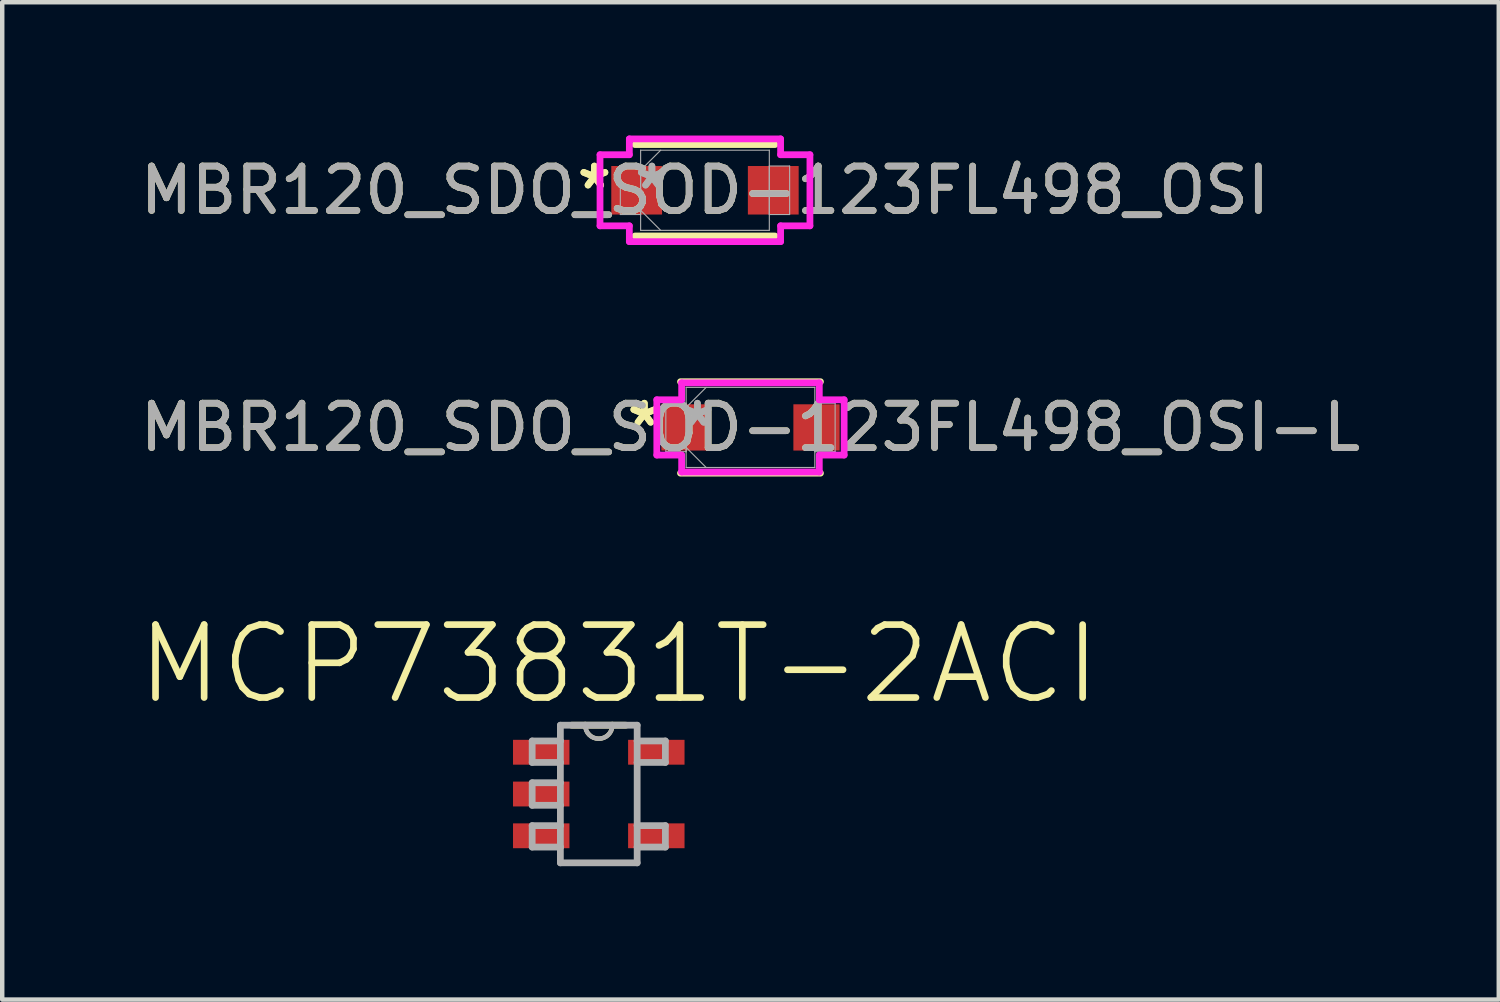
<source format=kicad_pcb>
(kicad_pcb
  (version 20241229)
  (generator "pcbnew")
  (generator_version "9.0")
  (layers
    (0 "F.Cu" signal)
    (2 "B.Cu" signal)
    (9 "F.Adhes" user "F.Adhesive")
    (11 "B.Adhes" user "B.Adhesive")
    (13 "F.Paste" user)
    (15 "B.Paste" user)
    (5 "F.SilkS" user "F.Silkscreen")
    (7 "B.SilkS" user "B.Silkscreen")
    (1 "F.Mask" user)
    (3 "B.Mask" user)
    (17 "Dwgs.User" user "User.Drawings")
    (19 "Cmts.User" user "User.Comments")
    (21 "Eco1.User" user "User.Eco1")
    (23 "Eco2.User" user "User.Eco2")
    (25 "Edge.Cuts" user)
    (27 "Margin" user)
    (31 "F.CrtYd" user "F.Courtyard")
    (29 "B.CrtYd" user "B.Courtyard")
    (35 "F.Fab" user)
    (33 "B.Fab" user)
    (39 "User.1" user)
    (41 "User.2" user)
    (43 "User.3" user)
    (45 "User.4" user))
  (footprint "MBR120_SDO_SOD-123FL498_OSI"
    (layer "F.Cu")
    (at 12.815 1.232)
    (property "Reference" "MBR120_SDO_SOD-123FL498_OSI" (at 0 0 0) (unlocked yes) (layer "F.SilkS") (effects (font (size 1 1) (thickness 0.15))))
    (attr smd)
    (fp_line (start -1.575 1.029) (end 1.575 1.029) (stroke (width 0.152) (type solid)) (layer "F.SilkS"))
    (fp_line (start 1.575 -1.029) (end -1.575 -1.029) (stroke (width 0.152) (type solid)) (layer "F.SilkS"))
    (fp_line (start -2.362 -0.8) (end -1.702 -0.8) (stroke (width 0.152) (type solid)) (layer "F.CrtYd"))
    (fp_line (start -2.362 0.8) (end -2.362 -0.8) (stroke (width 0.152) (type solid)) (layer "F.CrtYd"))
    (fp_line (start -1.702 -1.156) (end 1.702 -1.156) (stroke (width 0.152) (type solid)) (layer "F.CrtYd"))
    (fp_line (start -1.702 -0.8) (end -1.702 -1.156) (stroke (width 0.152) (type solid)) (layer "F.CrtYd"))
    (fp_line (start -1.702 0.8) (end -2.362 0.8) (stroke (width 0.152) (type solid)) (layer "F.CrtYd"))
    (fp_line (start -1.702 1.156) (end -1.702 0.8) (stroke (width 0.152) (type solid)) (layer "F.CrtYd"))
    (fp_line (start 1.702 -1.156) (end 1.702 -0.8) (stroke (width 0.152) (type solid)) (layer "F.CrtYd"))
    (fp_line (start 1.702 -0.8) (end 2.362 -0.8) (stroke (width 0.152) (type solid)) (layer "F.CrtYd"))
    (fp_line (start 1.702 0.8) (end 1.702 1.156) (stroke (width 0.152) (type solid)) (layer "F.CrtYd"))
    (fp_line (start 1.702 1.156) (end -1.702 1.156) (stroke (width 0.152) (type solid)) (layer "F.CrtYd"))
    (fp_line (start 2.362 -0.8) (end 2.362 0.8) (stroke (width 0.152) (type solid)) (layer "F.CrtYd"))
    (fp_line (start 2.362 0.8) (end 1.702 0.8) (stroke (width 0.152) (type solid)) (layer "F.CrtYd"))
    (fp_line (start -1.905 -0.546) (end -1.905 0.546) (stroke (width 0.025) (type solid)) (layer "F.Fab"))
    (fp_line (start -1.905 0.546) (end -1.448 0.546) (stroke (width 0.025) (type solid)) (layer "F.Fab"))
    (fp_line (start -1.448 -0.902) (end -1.448 0.902) (stroke (width 0.025) (type solid)) (layer "F.Fab"))
    (fp_line (start -1.448 -0.546) (end -1.905 -0.546) (stroke (width 0.025) (type solid)) (layer "F.Fab"))
    (fp_line (start -1.448 -0.451) (end -0.997 -0.902) (stroke (width 0.025) (type solid)) (layer "F.Fab"))
    (fp_line (start -1.448 0.451) (end -0.997 0.902) (stroke (width 0.025) (type solid)) (layer "F.Fab"))
    (fp_line (start -1.448 0.546) (end -1.448 -0.546) (stroke (width 0.025) (type solid)) (layer "F.Fab"))
    (fp_line (start -1.448 0.902) (end 1.448 0.902) (stroke (width 0.025) (type solid)) (layer "F.Fab"))
    (fp_line (start 1.448 -0.902) (end -1.448 -0.902) (stroke (width 0.025) (type solid)) (layer "F.Fab"))
    (fp_line (start 1.448 -0.546) (end 1.448 0.546) (stroke (width 0.025) (type solid)) (layer "F.Fab"))
    (fp_line (start 1.448 0.546) (end 1.905 0.546) (stroke (width 0.025) (type solid)) (layer "F.Fab"))
    (fp_line (start 1.448 0.902) (end 1.448 -0.902) (stroke (width 0.025) (type solid)) (layer "F.Fab"))
    (fp_line (start 1.905 -0.546) (end 1.448 -0.546) (stroke (width 0.025) (type solid)) (layer "F.Fab"))
    (fp_line (start 1.905 0.546) (end 1.905 -0.546) (stroke (width 0.025) (type solid)) (layer "F.Fab"))
    (fp_text user "*" (at -2.489 0 0) (unlocked yes) (layer "F.SilkS") (effects (font (size 1 1) (thickness 0.15))))
    (fp_text user "*" (at -2.489 0 0) (layer "F.SilkS") (effects (font (size 1 1) (thickness 0.15))))
    (fp_text user "*" (at -1.194 0 0) (unlocked yes) (layer "F.Fab") (effects (font (size 1 1) (thickness 0.15))))
    (fp_text user "${REFERENCE}" (at 0 0 0) (unlocked yes) (layer "F.Fab") (effects (font (size 1 1) (thickness 0.15))))
    (fp_text user "*" (at -1.194 0 0) (layer "F.Fab") (effects (font (size 1 1) (thickness 0.15))))
    (pad "1" smd rect (at -1.537 0) (size 1.143 1.092) (layers "F.Cu" "F.Mask" "F.Paste"))
    (pad "2" smd rect (at 1.537 0) (size 1.143 1.092) (layers "F.Cu" "F.Mask" "F.Paste"))
    (zone (net_name "") (layer "F.Cu") (hatch full 0.508) (connect_pads) (min_thickness 0.254) (filled_areas_thickness no) (keepout (tracks not_allowed) (vias not_allowed) (pads allowed) (copperpour not_allowed) (footprints allowed)) (placement (enabled no)) (fill) (polygon (pts (xy 11.901 0.381) (xy 13.73 0.381) (xy 13.73 2.083) (xy 11.901 2.083)))))
  (footprint "MCP73831T-2ACI"
    (layer "F.Cu")
    (at 10.425 14.819)
    (property "Reference" "MCP73831T-2ACI" (at 0.457 -2.923 0) (layer "F.SilkS") (effects (font (size 1.641 1.641) (thickness 0.15))))
    (attr smd)
    (fp_line (start -0.305 -1.549) (end -0.61 -1.549) (stroke (width 0.152) (type solid)) (layer "F.SilkS"))
    (fp_line (start 0.305 -1.549) (end -0.305 -1.549) (stroke (width 0.152) (type solid)) (layer "F.SilkS"))
    (fp_line (start 0.61 -1.549) (end 0.305 -1.549) (stroke (width 0.152) (type solid)) (layer "F.SilkS"))
    (fp_arc (start 0.3048 -1.5494) (mid 0 -1.2446) (end -0.3048 -1.5494) (stroke (width 0.1) (type solid)) (layer "F.SilkS"))
    (fp_line (start -1.499 -1.194) (end -1.499 -0.711) (stroke (width 0.152) (type solid)) (layer "F.Fab"))
    (fp_line (start -1.499 -0.711) (end -0.864 -0.711) (stroke (width 0.152) (type solid)) (layer "F.Fab"))
    (fp_line (start -1.499 -0.254) (end -1.499 0.254) (stroke (width 0.152) (type solid)) (layer "F.Fab"))
    (fp_line (start -1.499 0.254) (end -0.864 0.254) (stroke (width 0.152) (type solid)) (layer "F.Fab"))
    (fp_line (start -1.499 0.711) (end -1.499 1.194) (stroke (width 0.152) (type solid)) (layer "F.Fab"))
    (fp_line (start -1.499 1.194) (end -0.864 1.194) (stroke (width 0.152) (type solid)) (layer "F.Fab"))
    (fp_line (start -0.864 -1.549) (end -0.864 -1.194) (stroke (width 0.152) (type solid)) (layer "F.Fab"))
    (fp_line (start -0.864 -1.194) (end -1.499 -1.194) (stroke (width 0.152) (type solid)) (layer "F.Fab"))
    (fp_line (start -0.864 -1.194) (end -0.864 -0.711) (stroke (width 0.152) (type solid)) (layer "F.Fab"))
    (fp_line (start -0.864 -0.711) (end -0.864 -0.254) (stroke (width 0.152) (type solid)) (layer "F.Fab"))
    (fp_line (start -0.864 -0.254) (end -1.499 -0.254) (stroke (width 0.152) (type solid)) (layer "F.Fab"))
    (fp_line (start -0.864 -0.254) (end -0.864 0.254) (stroke (width 0.152) (type solid)) (layer "F.Fab"))
    (fp_line (start -0.864 0.254) (end -0.864 0.711) (stroke (width 0.152) (type solid)) (layer "F.Fab"))
    (fp_line (start -0.864 0.711) (end -1.499 0.711) (stroke (width 0.152) (type solid)) (layer "F.Fab"))
    (fp_line (start -0.864 1.194) (end -0.864 0.711) (stroke (width 0.152) (type solid)) (layer "F.Fab"))
    (fp_line (start -0.864 1.549) (end -0.864 1.194) (stroke (width 0.152) (type solid)) (layer "F.Fab"))
    (fp_line (start -0.864 1.549) (end 0.864 1.549) (stroke (width 0.152) (type solid)) (layer "F.Fab"))
    (fp_line (start -0.305 -1.549) (end -0.864 -1.549) (stroke (width 0.152) (type solid)) (layer "F.Fab"))
    (fp_line (start 0.305 -1.549) (end -0.305 -1.549) (stroke (width 0.152) (type solid)) (layer "F.Fab"))
    (fp_line (start 0.864 -1.549) (end 0.305 -1.549) (stroke (width 0.152) (type solid)) (layer "F.Fab"))
    (fp_line (start 0.864 -1.549) (end 0.864 -1.194) (stroke (width 0.152) (type solid)) (layer "F.Fab"))
    (fp_line (start 0.864 -1.194) (end 0.864 -0.711) (stroke (width 0.152) (type solid)) (layer "F.Fab"))
    (fp_line (start 0.864 -0.711) (end 1.499 -0.711) (stroke (width 0.152) (type solid)) (layer "F.Fab"))
    (fp_line (start 0.864 0.711) (end 0.864 -0.711) (stroke (width 0.152) (type solid)) (layer "F.Fab"))
    (fp_line (start 0.864 1.194) (end 0.864 0.711) (stroke (width 0.152) (type solid)) (layer "F.Fab"))
    (fp_line (start 0.864 1.194) (end 1.499 1.194) (stroke (width 0.152) (type solid)) (layer "F.Fab"))
    (fp_line (start 0.864 1.549) (end 0.864 1.194) (stroke (width 0.152) (type solid)) (layer "F.Fab"))
    (fp_line (start 1.499 -1.194) (end 0.864 -1.194) (stroke (width 0.152) (type solid)) (layer "F.Fab"))
    (fp_line (start 1.499 -0.711) (end 1.499 -1.194) (stroke (width 0.152) (type solid)) (layer "F.Fab"))
    (fp_line (start 1.499 0.711) (end 0.864 0.711) (stroke (width 0.152) (type solid)) (layer "F.Fab"))
    (fp_line (start 1.499 1.194) (end 1.499 0.711) (stroke (width 0.152) (type solid)) (layer "F.Fab"))
    (fp_arc (start 0.3048 -1.5494) (mid 0 -1.2446) (end -0.3048 -1.5494) (stroke (width 0.1) (type solid)) (layer "F.Fab"))
    (pad "1" smd rect (at -1.295 -0.94) (size 1.27 0.559) (layers "F.Cu" "F.Mask" "F.Paste"))
    (pad "2" smd rect (at -1.295 0) (size 1.27 0.559) (layers "F.Cu" "F.Mask" "F.Paste"))
    (pad "3" smd rect (at -1.295 0.94) (size 1.27 0.559) (layers "F.Cu" "F.Mask" "F.Paste"))
    (pad "4" smd rect (at 1.295 0.94) (size 1.27 0.559) (layers "F.Cu" "F.Mask" "F.Paste"))
    (pad "5" smd rect (at 1.295 -0.94) (size 1.27 0.559) (layers "F.Cu" "F.Mask" "F.Paste")))
  (footprint "MBR120_SDO_SOD-123FL498_OSI-L"
    (layer "F.Cu")
    (at 13.839 6.569)
    (property "Reference" "MBR120_SDO_SOD-123FL498_OSI-L" (at 0 0 0) (unlocked yes) (layer "F.SilkS") (effects (font (size 1 1) (thickness 0.15))))
    (attr smd)
    (fp_line (start -1.575 1.029) (end 1.575 1.029) (stroke (width 0.152) (type solid)) (layer "F.SilkS"))
    (fp_line (start 1.575 -1.029) (end -1.575 -1.029) (stroke (width 0.152) (type solid)) (layer "F.SilkS"))
    (fp_line (start -2.108 -0.622) (end -1.549 -0.622) (stroke (width 0.152) (type solid)) (layer "F.CrtYd"))
    (fp_line (start -2.108 0.622) (end -2.108 -0.622) (stroke (width 0.152) (type solid)) (layer "F.CrtYd"))
    (fp_line (start -1.549 -1.003) (end 1.549 -1.003) (stroke (width 0.152) (type solid)) (layer "F.CrtYd"))
    (fp_line (start -1.549 -0.622) (end -1.549 -1.003) (stroke (width 0.152) (type solid)) (layer "F.CrtYd"))
    (fp_line (start -1.549 0.622) (end -2.108 0.622) (stroke (width 0.152) (type solid)) (layer "F.CrtYd"))
    (fp_line (start -1.549 1.003) (end -1.549 0.622) (stroke (width 0.152) (type solid)) (layer "F.CrtYd"))
    (fp_line (start 1.549 -1.003) (end 1.549 -0.622) (stroke (width 0.152) (type solid)) (layer "F.CrtYd"))
    (fp_line (start 1.549 -0.622) (end 2.108 -0.622) (stroke (width 0.152) (type solid)) (layer "F.CrtYd"))
    (fp_line (start 1.549 0.622) (end 1.549 1.003) (stroke (width 0.152) (type solid)) (layer "F.CrtYd"))
    (fp_line (start 1.549 1.003) (end -1.549 1.003) (stroke (width 0.152) (type solid)) (layer "F.CrtYd"))
    (fp_line (start 2.108 -0.622) (end 2.108 0.622) (stroke (width 0.152) (type solid)) (layer "F.CrtYd"))
    (fp_line (start 2.108 0.622) (end 1.549 0.622) (stroke (width 0.152) (type solid)) (layer "F.CrtYd"))
    (fp_line (start -1.905 -0.546) (end -1.905 0.546) (stroke (width 0.025) (type solid)) (layer "F.Fab"))
    (fp_line (start -1.905 0.546) (end -1.448 0.546) (stroke (width 0.025) (type solid)) (layer "F.Fab"))
    (fp_line (start -1.448 -0.902) (end -1.448 0.902) (stroke (width 0.025) (type solid)) (layer "F.Fab"))
    (fp_line (start -1.448 -0.546) (end -1.905 -0.546) (stroke (width 0.025) (type solid)) (layer "F.Fab"))
    (fp_line (start -1.448 -0.451) (end -0.997 -0.902) (stroke (width 0.025) (type solid)) (layer "F.Fab"))
    (fp_line (start -1.448 0.451) (end -0.997 0.902) (stroke (width 0.025) (type solid)) (layer "F.Fab"))
    (fp_line (start -1.448 0.546) (end -1.448 -0.546) (stroke (width 0.025) (type solid)) (layer "F.Fab"))
    (fp_line (start -1.448 0.902) (end 1.448 0.902) (stroke (width 0.025) (type solid)) (layer "F.Fab"))
    (fp_line (start 1.448 -0.902) (end -1.448 -0.902) (stroke (width 0.025) (type solid)) (layer "F.Fab"))
    (fp_line (start 1.448 -0.546) (end 1.448 0.546) (stroke (width 0.025) (type solid)) (layer "F.Fab"))
    (fp_line (start 1.448 0.546) (end 1.905 0.546) (stroke (width 0.025) (type solid)) (layer "F.Fab"))
    (fp_line (start 1.448 0.902) (end 1.448 -0.902) (stroke (width 0.025) (type solid)) (layer "F.Fab"))
    (fp_line (start 1.905 -0.546) (end 1.448 -0.546) (stroke (width 0.025) (type solid)) (layer "F.Fab"))
    (fp_line (start 1.905 0.546) (end 1.905 -0.546) (stroke (width 0.025) (type solid)) (layer "F.Fab"))
    (fp_text user "*" (at -2.388 0 0) (layer "F.SilkS") (effects (font (size 1 1) (thickness 0.15))))
    (fp_text user "*" (at -2.388 0 0) (unlocked yes) (layer "F.SilkS") (effects (font (size 1 1) (thickness 0.15))))
    (fp_text user "*" (at -1.194 0 0) (layer "F.Fab") (effects (font (size 1 1) (thickness 0.15))))
    (fp_text user "*" (at -1.194 0 0) (unlocked yes) (layer "F.Fab") (effects (font (size 1 1) (thickness 0.15))))
    (fp_text user "${REFERENCE}" (at 0 0 0) (unlocked yes) (layer "F.Fab") (effects (font (size 1 1) (thickness 0.15))))
    (pad "1" smd rect (at -1.486 0) (size 1.041 1.041) (layers "F.Cu" "F.Mask" "F.Paste"))
    (pad "2" smd rect (at 1.486 0) (size 1.041 1.041) (layers "F.Cu" "F.Mask" "F.Paste"))
    (zone (net_name "") (layer "F.Cu") (hatch full 0.508) (connect_pads) (min_thickness 0.254) (filled_areas_thickness no) (keepout (tracks not_allowed) (vias not_allowed) (pads allowed) (copperpour not_allowed) (footprints allowed)) (placement (enabled no)) (fill) (polygon (pts (xy 12.925 5.718) (xy 14.754 5.718) (xy 14.754 7.42) (xy 12.925 7.42)))))
  (gr_rect
    (start -3 -3)
    (end 30.679 19.445)
    (stroke (width 0.1) (type default))
    (fill no)
    (layer "Edge.Cuts")))
</source>
